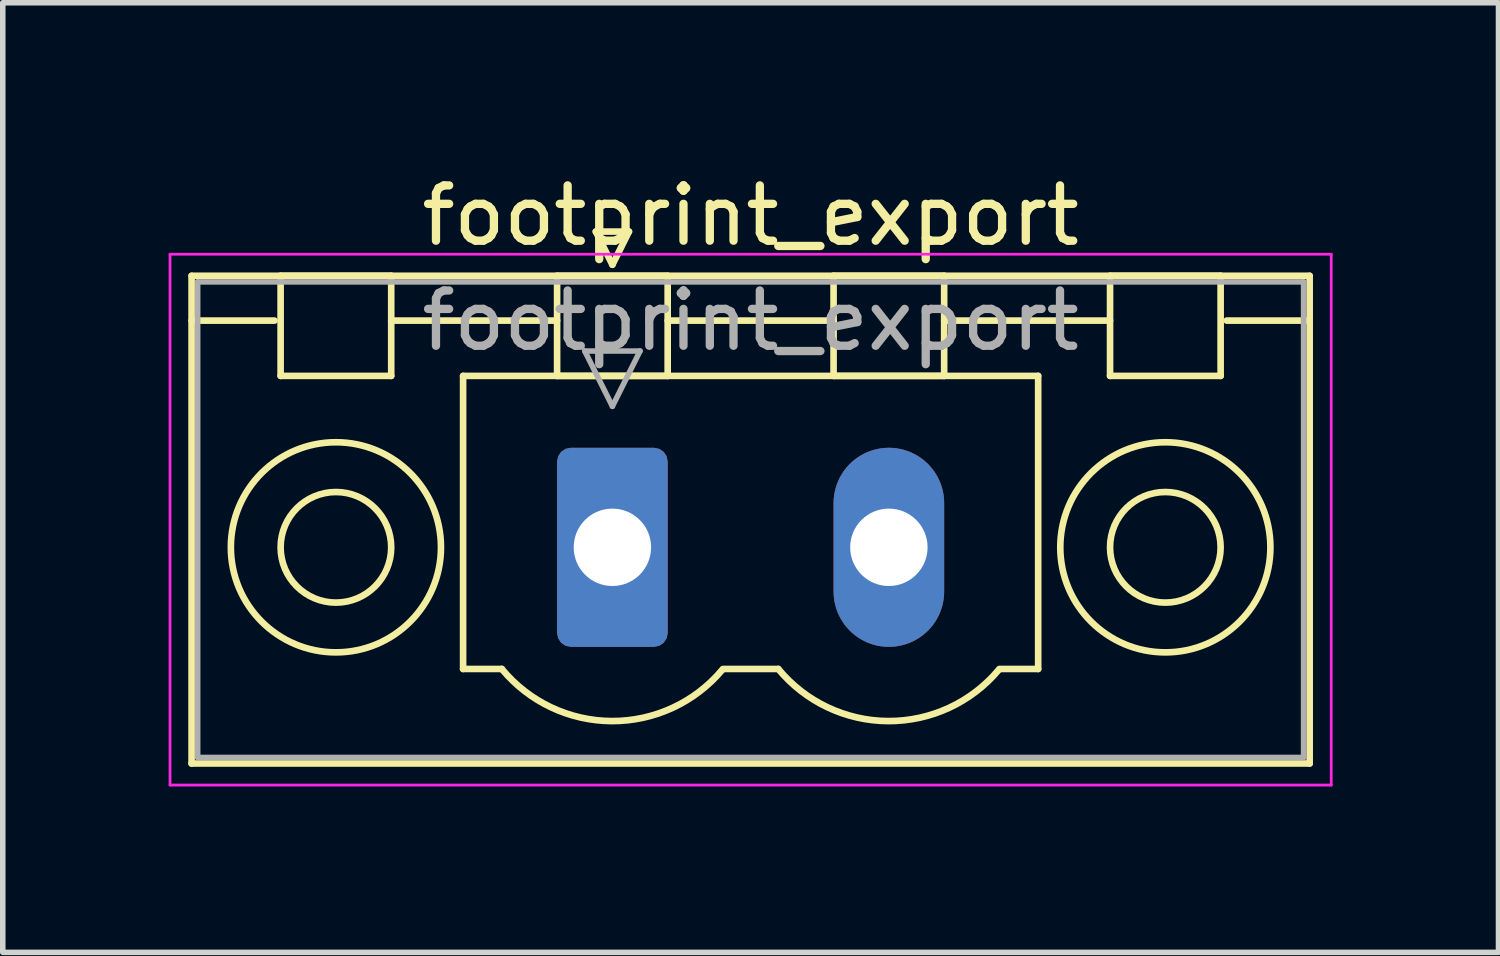
<source format=kicad_pcb>
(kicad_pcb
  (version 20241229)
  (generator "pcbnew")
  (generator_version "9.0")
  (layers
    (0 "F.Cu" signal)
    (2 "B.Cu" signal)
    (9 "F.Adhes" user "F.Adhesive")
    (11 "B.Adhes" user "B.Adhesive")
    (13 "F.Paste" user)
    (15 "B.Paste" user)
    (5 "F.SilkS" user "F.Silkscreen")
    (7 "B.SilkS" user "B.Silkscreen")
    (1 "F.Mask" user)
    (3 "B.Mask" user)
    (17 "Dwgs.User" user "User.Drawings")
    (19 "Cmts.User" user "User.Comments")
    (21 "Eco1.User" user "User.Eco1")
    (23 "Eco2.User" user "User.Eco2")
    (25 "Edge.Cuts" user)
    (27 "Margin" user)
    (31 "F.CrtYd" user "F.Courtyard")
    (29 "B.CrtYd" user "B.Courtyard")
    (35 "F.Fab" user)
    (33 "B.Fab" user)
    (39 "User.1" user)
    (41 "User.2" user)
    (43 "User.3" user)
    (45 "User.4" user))
  (footprint "footprint_export"
    (layer "F.Cu")
    (at 8.025 6.848)
    (property "Reference" "footprint_export" (at 2.5 -6 0) (layer "F.SilkS") (effects (font (size 1 1) (thickness 0.15))))
    (attr through_hole)
    (fp_line (start -7.61 -4.91) (end -7.61 3.91) (stroke (width 0.12) (type solid)) (layer "F.SilkS"))
    (fp_line (start -7.61 -4.1) (end -6.11 -4.1) (stroke (width 0.12) (type solid)) (layer "F.SilkS"))
    (fp_line (start -7.61 3.91) (end 12.61 3.91) (stroke (width 0.12) (type solid)) (layer "F.SilkS"))
    (fp_line (start -6 -4.91) (end -4 -4.91) (stroke (width 0.12) (type solid)) (layer "F.SilkS"))
    (fp_line (start -6 -3.1) (end -6 -4.91) (stroke (width 0.12) (type solid)) (layer "F.SilkS"))
    (fp_line (start -4 -4.91) (end -4 -3.1) (stroke (width 0.12) (type solid)) (layer "F.SilkS"))
    (fp_line (start -4 -4.1) (end -1 -4.1) (stroke (width 0.12) (type solid)) (layer "F.SilkS"))
    (fp_line (start -4 -3.1) (end -6 -3.1) (stroke (width 0.12) (type solid)) (layer "F.SilkS"))
    (fp_line (start -2.7 -3.1) (end 7.7 -3.1) (stroke (width 0.12) (type solid)) (layer "F.SilkS"))
    (fp_line (start -2.7 2.2) (end -2.7 -3.1) (stroke (width 0.12) (type solid)) (layer "F.SilkS"))
    (fp_line (start -2 2.2) (end -2.7 2.2) (stroke (width 0.12) (type solid)) (layer "F.SilkS"))
    (fp_line (start -1 -4.91) (end 1 -4.91) (stroke (width 0.12) (type solid)) (layer "F.SilkS"))
    (fp_line (start -1 -3.1) (end -1 -4.91) (stroke (width 0.12) (type solid)) (layer "F.SilkS"))
    (fp_line (start -0.3 -5.71) (end 0.3 -5.71) (stroke (width 0.12) (type solid)) (layer "F.SilkS"))
    (fp_line (start 0 -5.11) (end -0.3 -5.71) (stroke (width 0.12) (type solid)) (layer "F.SilkS"))
    (fp_line (start 0.3 -5.71) (end 0 -5.11) (stroke (width 0.12) (type solid)) (layer "F.SilkS"))
    (fp_line (start 1 -4.91) (end 1 -3.1) (stroke (width 0.12) (type solid)) (layer "F.SilkS"))
    (fp_line (start 1 -4.1) (end 4 -4.1) (stroke (width 0.12) (type solid)) (layer "F.SilkS"))
    (fp_line (start 1 -3.1) (end -1 -3.1) (stroke (width 0.12) (type solid)) (layer "F.SilkS"))
    (fp_line (start 2 2.2) (end 3 2.2) (stroke (width 0.12) (type solid)) (layer "F.SilkS"))
    (fp_line (start 4 -4.91) (end 6 -4.91) (stroke (width 0.12) (type solid)) (layer "F.SilkS"))
    (fp_line (start 4 -3.1) (end 4 -4.91) (stroke (width 0.12) (type solid)) (layer "F.SilkS"))
    (fp_line (start 6 -4.91) (end 6 -3.1) (stroke (width 0.12) (type solid)) (layer "F.SilkS"))
    (fp_line (start 6 -4.1) (end 9 -4.1) (stroke (width 0.12) (type solid)) (layer "F.SilkS"))
    (fp_line (start 6 -3.1) (end 4 -3.1) (stroke (width 0.12) (type solid)) (layer "F.SilkS"))
    (fp_line (start 7.7 -3.1) (end 7.7 2.2) (stroke (width 0.12) (type solid)) (layer "F.SilkS"))
    (fp_line (start 7.7 2.2) (end 7 2.2) (stroke (width 0.12) (type solid)) (layer "F.SilkS"))
    (fp_line (start 9 -4.91) (end 11 -4.91) (stroke (width 0.12) (type solid)) (layer "F.SilkS"))
    (fp_line (start 9 -3.1) (end 9 -4.91) (stroke (width 0.12) (type solid)) (layer "F.SilkS"))
    (fp_line (start 11 -4.91) (end 11 -3.1) (stroke (width 0.12) (type solid)) (layer "F.SilkS"))
    (fp_line (start 11 -3.1) (end 9 -3.1) (stroke (width 0.12) (type solid)) (layer "F.SilkS"))
    (fp_line (start 12.61 -4.91) (end -7.61 -4.91) (stroke (width 0.12) (type solid)) (layer "F.SilkS"))
    (fp_line (start 12.61 -4.1) (end 11.11 -4.1) (stroke (width 0.12) (type solid)) (layer "F.SilkS"))
    (fp_line (start 12.61 3.91) (end 12.61 -4.91) (stroke (width 0.12) (type solid)) (layer "F.SilkS"))
    (fp_arc (start 1.986842 2.215821) (mid -0.010289 3.142758) (end -2 2.2) (stroke (width 0.12) (type solid)) (layer "F.SilkS"))
    (fp_arc (start 6.986842 2.215821) (mid 4.989711 3.142758) (end 3 2.2) (stroke (width 0.12) (type solid)) (layer "F.SilkS"))
    (fp_circle (center -5 0) (end -4 0) (stroke (width 0.12) (type solid)) (fill no) (layer "F.SilkS"))
    (fp_circle (center -5 0) (end -3.1 0) (stroke (width 0.12) (type solid)) (fill no) (layer "F.SilkS"))
    (fp_circle (center 10 0) (end 11 0) (stroke (width 0.12) (type solid)) (fill no) (layer "F.SilkS"))
    (fp_circle (center 10 0) (end 11.9 0) (stroke (width 0.12) (type solid)) (fill no) (layer "F.SilkS"))
    (fp_line (start -8 -5.3) (end -8 4.3) (stroke (width 0.05) (type solid)) (layer "F.CrtYd"))
    (fp_line (start -8 4.3) (end 13 4.3) (stroke (width 0.05) (type solid)) (layer "F.CrtYd"))
    (fp_line (start 13 -5.3) (end -8 -5.3) (stroke (width 0.05) (type solid)) (layer "F.CrtYd"))
    (fp_line (start 13 4.3) (end 13 -5.3) (stroke (width 0.05) (type solid)) (layer "F.CrtYd"))
    (fp_line (start -7.5 -4.8) (end -7.5 3.8) (stroke (width 0.1) (type solid)) (layer "F.Fab"))
    (fp_line (start -7.5 3.8) (end 12.5 3.8) (stroke (width 0.1) (type solid)) (layer "F.Fab"))
    (fp_line (start -0.5 -3.55) (end 0.5 -3.55) (stroke (width 0.1) (type solid)) (layer "F.Fab"))
    (fp_line (start 0 -2.55) (end -0.5 -3.55) (stroke (width 0.1) (type solid)) (layer "F.Fab"))
    (fp_line (start 0.5 -3.55) (end 0 -2.55) (stroke (width 0.1) (type solid)) (layer "F.Fab"))
    (fp_line (start 12.5 -4.8) (end -7.5 -4.8) (stroke (width 0.1) (type solid)) (layer "F.Fab"))
    (fp_line (start 12.5 3.8) (end 12.5 -4.8) (stroke (width 0.1) (type solid)) (layer "F.Fab"))
    (fp_text user "${REFERENCE}" (at 2.5 -4.1 0) (layer "F.Fab") (effects (font (size 1 1) (thickness 0.15))))
    (pad "1" thru_hole roundrect (at 0 0) (size 2 3.6) (drill 1.4) (layers "*.Cu" "*.Mask") (roundrect_rratio 0.125))
    (pad "2" thru_hole oval (at 5 0) (size 2 3.6) (drill 1.4) (layers "*.Cu" "*.Mask")))
  (gr_rect
    (start -3 -3)
    (end 24.05 14.173)
    (stroke (width 0.1) (type default))
    (fill no)
    (layer "Edge.Cuts")))
</source>
